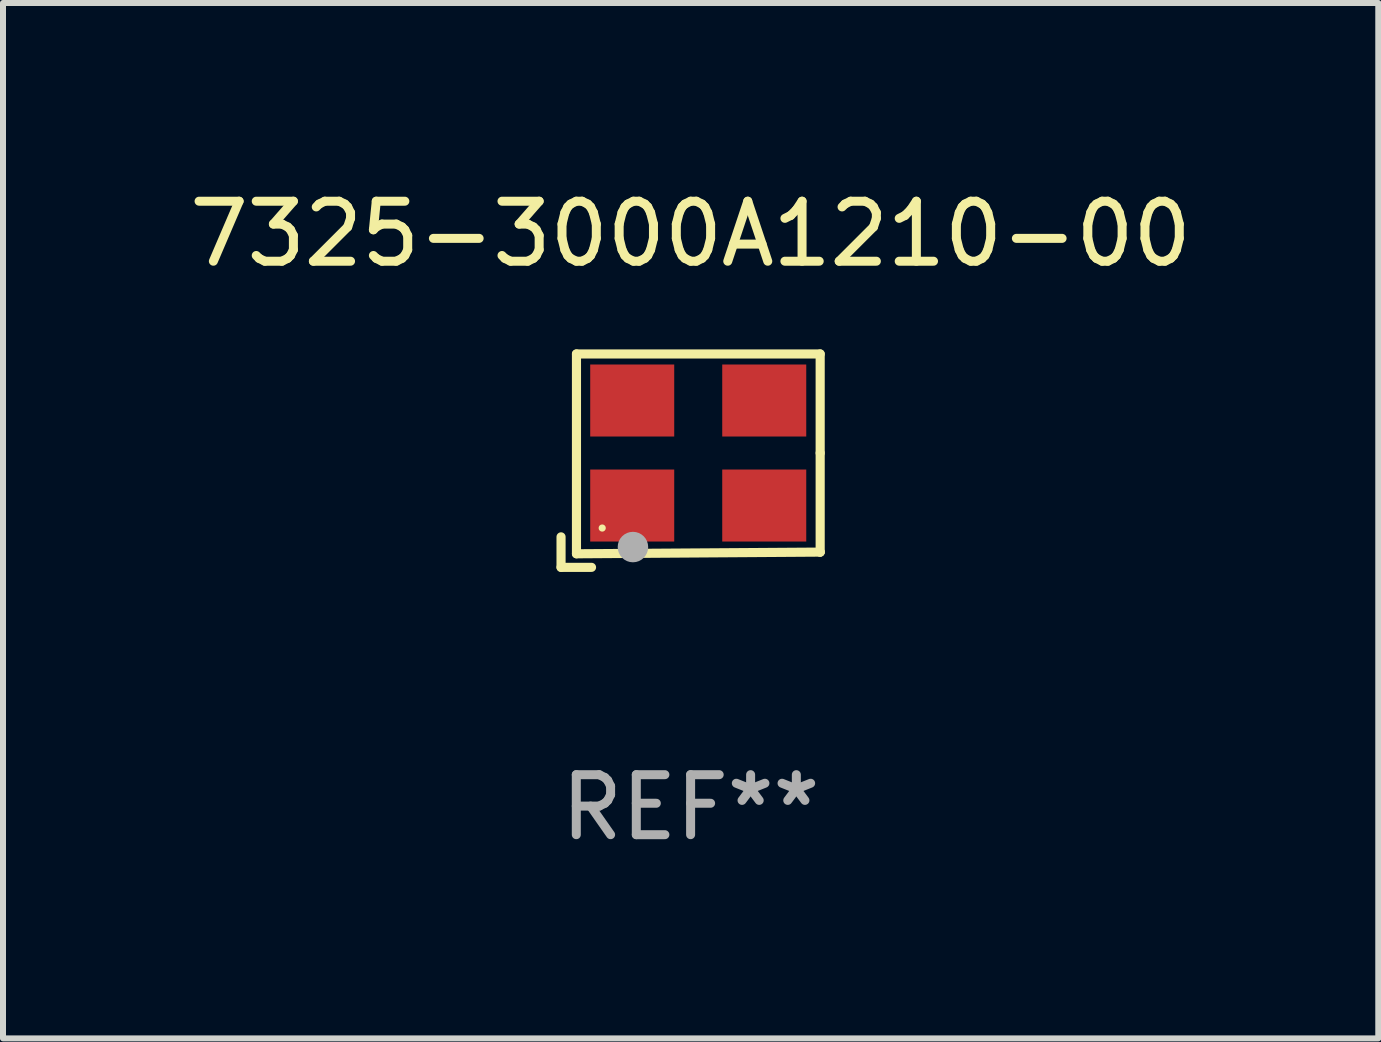
<source format=kicad_pcb>
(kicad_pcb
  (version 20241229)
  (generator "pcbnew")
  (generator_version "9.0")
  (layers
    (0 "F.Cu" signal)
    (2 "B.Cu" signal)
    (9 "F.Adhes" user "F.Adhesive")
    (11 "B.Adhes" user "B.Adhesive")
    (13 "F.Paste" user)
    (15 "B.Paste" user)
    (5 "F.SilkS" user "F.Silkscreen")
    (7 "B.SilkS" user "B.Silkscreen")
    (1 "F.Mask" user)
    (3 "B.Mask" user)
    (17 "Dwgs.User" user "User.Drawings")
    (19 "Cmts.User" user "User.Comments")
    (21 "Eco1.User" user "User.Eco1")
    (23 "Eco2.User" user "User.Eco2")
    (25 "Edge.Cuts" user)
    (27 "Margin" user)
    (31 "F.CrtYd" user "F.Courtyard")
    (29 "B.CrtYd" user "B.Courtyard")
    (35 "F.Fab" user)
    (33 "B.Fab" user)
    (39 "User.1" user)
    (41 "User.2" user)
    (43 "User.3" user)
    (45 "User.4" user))
  (footprint "7325-3000A1210-00"
    (layer "F.Cu")
    (at 8.458 4.626)
    (property "Reference" "7325-3000A1210-00" (at 0 -3.778 0) (layer "F.SilkS") (effects (font (size 1 1) (thickness 0.15))))
    (attr through_hole)
    (fp_line (start -2.159 1.27) (end -2.159 1.778) (stroke (width 0.152) (type solid)) (layer "F.SilkS"))
    (fp_line (start -2.159 1.778) (end -1.651 1.778) (stroke (width 0.152) (type solid)) (layer "F.SilkS"))
    (fp_line (start -1.902 -1.778) (end 2.159 -1.778) (stroke (width 0.152) (type solid)) (layer "F.SilkS"))
    (fp_line (start -1.902 1.552) (end -1.902 -1.778) (stroke (width 0.152) (type solid)) (layer "F.SilkS"))
    (fp_line (start 2.159 -1.778) (end 2.159 -0.127) (stroke (width 0.152) (type solid)) (layer "F.SilkS"))
    (fp_line (start 2.159 -0.127) (end 2.159 1.524) (stroke (width 0.152) (type solid)) (layer "F.SilkS"))
    (fp_line (start 2.159 1.524) (end -1.902 1.552) (stroke (width 0.152) (type solid)) (layer "F.SilkS"))
    (fp_line (start 2.159 1.524) (end 2.159 1.524) (stroke (width 0.152) (type solid)) (layer "F.SilkS"))
    (fp_circle (center -1.473 1.123) (end -1.443 1.123) (stroke (width 0.06) (type solid)) (fill no) (layer "F.SilkS"))
    (fp_circle (center -0.961 1.44) (end -0.834 1.44) (stroke (width 0.254) (type solid)) (fill no) (layer "F.Fab"))
    (fp_text user "REF**" (at 0 5.778 0) (layer "F.Fab") (effects (font (size 1 1) (thickness 0.15))))
    (pad "1" smd rect (at -0.973 0.748) (size 1.4 1.2) (layers "F.Cu" "F.Mask" "F.Paste"))
    (pad "2" smd rect (at 1.227 0.748) (size 1.4 1.2) (layers "F.Cu" "F.Mask" "F.Paste"))
    (pad "3" smd rect (at 1.227 -1.002) (size 1.4 1.2) (layers "F.Cu" "F.Mask" "F.Paste"))
    (pad "4" smd rect (at -0.973 -1.002) (size 1.4 1.2) (layers "F.Cu" "F.Mask" "F.Paste")))
  (gr_rect
    (start -3 -3)
    (end 19.917 14.253)
    (stroke (width 0.1) (type default))
    (fill no)
    (layer "Edge.Cuts")))
</source>
